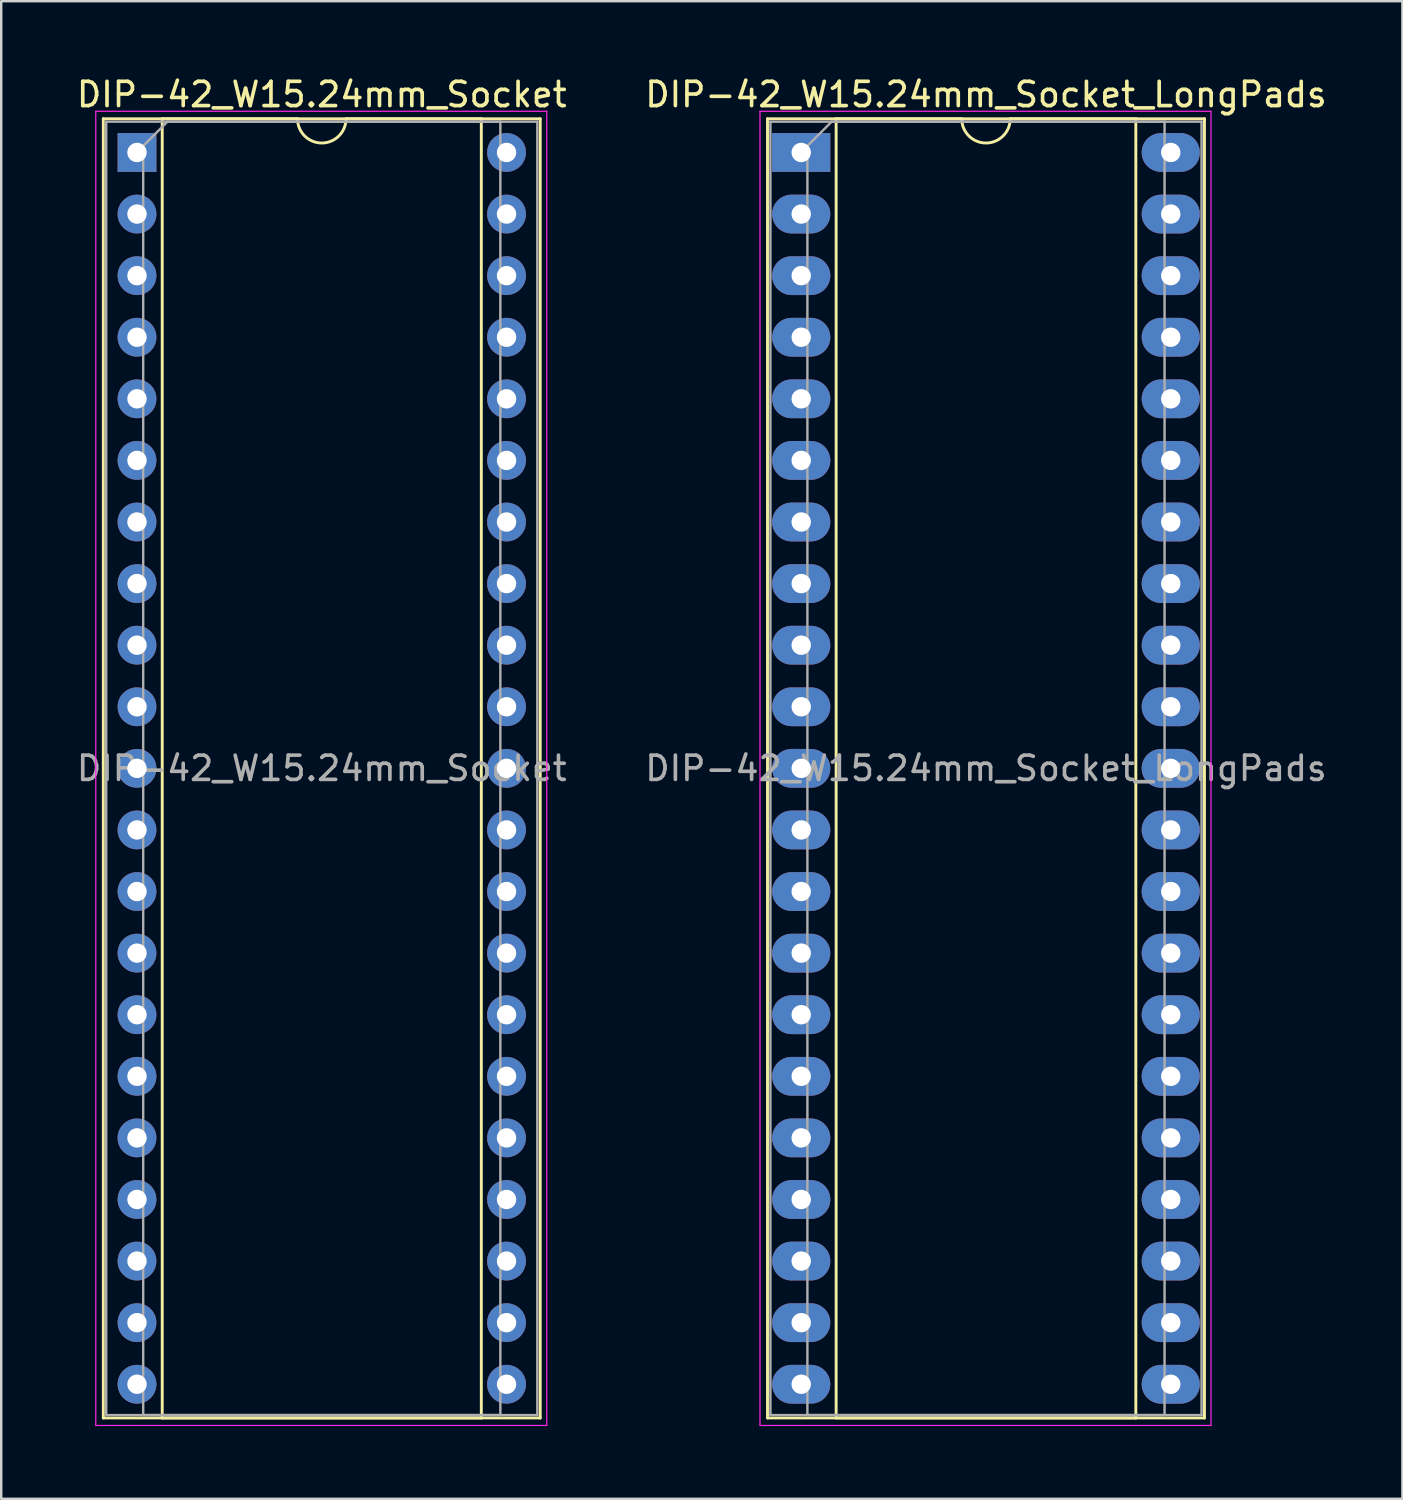
<source format=kicad_pcb>
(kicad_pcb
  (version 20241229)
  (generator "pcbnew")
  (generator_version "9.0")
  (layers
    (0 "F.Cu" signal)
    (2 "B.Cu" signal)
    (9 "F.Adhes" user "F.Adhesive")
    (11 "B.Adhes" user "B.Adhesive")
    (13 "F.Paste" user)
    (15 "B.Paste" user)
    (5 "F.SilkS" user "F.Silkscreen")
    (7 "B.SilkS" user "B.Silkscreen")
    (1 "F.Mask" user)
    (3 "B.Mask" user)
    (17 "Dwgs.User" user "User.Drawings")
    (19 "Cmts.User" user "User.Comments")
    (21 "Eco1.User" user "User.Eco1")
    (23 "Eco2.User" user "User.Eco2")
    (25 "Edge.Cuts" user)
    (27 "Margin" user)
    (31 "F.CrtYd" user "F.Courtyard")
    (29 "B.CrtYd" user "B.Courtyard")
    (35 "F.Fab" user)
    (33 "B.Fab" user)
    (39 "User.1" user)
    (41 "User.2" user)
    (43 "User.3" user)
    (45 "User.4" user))
  (footprint "DIP-42_W15.24mm_Socket_LongPads"
    (layer "F.Cu")
    (at 29.993 3.238)
    (property "Reference" "DIP-42_W15.24mm_Socket_LongPads" (at 7.62 -2.39 0) (layer "F.SilkS") (effects (font (size 1 1) (thickness 0.15))))
    (attr through_hole)
    (fp_line (start -1.39 -1.39) (end -1.39 52.19) (stroke (width 0.12) (type solid)) (layer "F.SilkS"))
    (fp_line (start -1.39 52.19) (end 16.63 52.19) (stroke (width 0.12) (type solid)) (layer "F.SilkS"))
    (fp_line (start 1.44 -1.39) (end 1.44 52.19) (stroke (width 0.12) (type solid)) (layer "F.SilkS"))
    (fp_line (start 1.44 52.19) (end 13.8 52.19) (stroke (width 0.12) (type solid)) (layer "F.SilkS"))
    (fp_line (start 6.62 -1.39) (end 1.44 -1.39) (stroke (width 0.12) (type solid)) (layer "F.SilkS"))
    (fp_line (start 13.8 -1.39) (end 8.62 -1.39) (stroke (width 0.12) (type solid)) (layer "F.SilkS"))
    (fp_line (start 13.8 52.19) (end 13.8 -1.39) (stroke (width 0.12) (type solid)) (layer "F.SilkS"))
    (fp_line (start 16.63 -1.39) (end -1.39 -1.39) (stroke (width 0.12) (type solid)) (layer "F.SilkS"))
    (fp_line (start 16.63 52.19) (end 16.63 -1.39) (stroke (width 0.12) (type solid)) (layer "F.SilkS"))
    (fp_arc (start 8.62 -1.39) (mid 7.62 -0.39) (end 6.62 -1.39) (stroke (width 0.12) (type solid)) (layer "F.SilkS"))
    (fp_line (start -1.7 -1.7) (end -1.7 52.5) (stroke (width 0.05) (type solid)) (layer "F.CrtYd"))
    (fp_line (start -1.7 52.5) (end 16.9 52.5) (stroke (width 0.05) (type solid)) (layer "F.CrtYd"))
    (fp_line (start 16.9 -1.7) (end -1.7 -1.7) (stroke (width 0.05) (type solid)) (layer "F.CrtYd"))
    (fp_line (start 16.9 52.5) (end 16.9 -1.7) (stroke (width 0.05) (type solid)) (layer "F.CrtYd"))
    (fp_line (start -1.27 -1.27) (end -1.27 52.07) (stroke (width 0.1) (type solid)) (layer "F.Fab"))
    (fp_line (start -1.27 52.07) (end 16.51 52.07) (stroke (width 0.1) (type solid)) (layer "F.Fab"))
    (fp_line (start 0.255 -0.27) (end 1.255 -1.27) (stroke (width 0.1) (type solid)) (layer "F.Fab"))
    (fp_line (start 0.255 52.07) (end 0.255 -0.27) (stroke (width 0.1) (type solid)) (layer "F.Fab"))
    (fp_line (start 1.255 -1.27) (end 14.985 -1.27) (stroke (width 0.1) (type solid)) (layer "F.Fab"))
    (fp_line (start 14.985 -1.27) (end 14.985 52.07) (stroke (width 0.1) (type solid)) (layer "F.Fab"))
    (fp_line (start 14.985 52.07) (end 0.255 52.07) (stroke (width 0.1) (type solid)) (layer "F.Fab"))
    (fp_line (start 16.51 -1.27) (end -1.27 -1.27) (stroke (width 0.1) (type solid)) (layer "F.Fab"))
    (fp_line (start 16.51 52.07) (end 16.51 -1.27) (stroke (width 0.1) (type solid)) (layer "F.Fab"))
    (fp_text user "${REFERENCE}" (at 7.62 25.4 0) (layer "F.Fab") (effects (font (size 1 1) (thickness 0.15))))
    (pad "1" thru_hole rect (at 0 0) (size 2.4 1.6) (drill 0.8) (layers "*.Cu" "*.Mask"))
    (pad "2" thru_hole oval (at 0 2.54) (size 2.4 1.6) (drill 0.8) (layers "*.Cu" "*.Mask"))
    (pad "3" thru_hole oval (at 0 5.08) (size 2.4 1.6) (drill 0.8) (layers "*.Cu" "*.Mask"))
    (pad "4" thru_hole oval (at 0 7.62) (size 2.4 1.6) (drill 0.8) (layers "*.Cu" "*.Mask"))
    (pad "5" thru_hole oval (at 0 10.16) (size 2.4 1.6) (drill 0.8) (layers "*.Cu" "*.Mask"))
    (pad "6" thru_hole oval (at 0 12.7) (size 2.4 1.6) (drill 0.8) (layers "*.Cu" "*.Mask"))
    (pad "7" thru_hole oval (at 0 15.24) (size 2.4 1.6) (drill 0.8) (layers "*.Cu" "*.Mask"))
    (pad "8" thru_hole oval (at 0 17.78) (size 2.4 1.6) (drill 0.8) (layers "*.Cu" "*.Mask"))
    (pad "9" thru_hole oval (at 0 20.32) (size 2.4 1.6) (drill 0.8) (layers "*.Cu" "*.Mask"))
    (pad "10" thru_hole oval (at 0 22.86) (size 2.4 1.6) (drill 0.8) (layers "*.Cu" "*.Mask"))
    (pad "11" thru_hole oval (at 0 25.4) (size 2.4 1.6) (drill 0.8) (layers "*.Cu" "*.Mask"))
    (pad "12" thru_hole oval (at 0 27.94) (size 2.4 1.6) (drill 0.8) (layers "*.Cu" "*.Mask"))
    (pad "13" thru_hole oval (at 0 30.48) (size 2.4 1.6) (drill 0.8) (layers "*.Cu" "*.Mask"))
    (pad "14" thru_hole oval (at 0 33.02) (size 2.4 1.6) (drill 0.8) (layers "*.Cu" "*.Mask"))
    (pad "15" thru_hole oval (at 0 35.56) (size 2.4 1.6) (drill 0.8) (layers "*.Cu" "*.Mask"))
    (pad "16" thru_hole oval (at 0 38.1) (size 2.4 1.6) (drill 0.8) (layers "*.Cu" "*.Mask"))
    (pad "17" thru_hole oval (at 0 40.64) (size 2.4 1.6) (drill 0.8) (layers "*.Cu" "*.Mask"))
    (pad "18" thru_hole oval (at 0 43.18) (size 2.4 1.6) (drill 0.8) (layers "*.Cu" "*.Mask"))
    (pad "19" thru_hole oval (at 0 45.72) (size 2.4 1.6) (drill 0.8) (layers "*.Cu" "*.Mask"))
    (pad "20" thru_hole oval (at 0 48.26) (size 2.4 1.6) (drill 0.8) (layers "*.Cu" "*.Mask"))
    (pad "21" thru_hole oval (at 0 50.8) (size 2.4 1.6) (drill 0.8) (layers "*.Cu" "*.Mask"))
    (pad "22" thru_hole oval (at 15.24 50.8) (size 2.4 1.6) (drill 0.8) (layers "*.Cu" "*.Mask"))
    (pad "23" thru_hole oval (at 15.24 48.26) (size 2.4 1.6) (drill 0.8) (layers "*.Cu" "*.Mask"))
    (pad "24" thru_hole oval (at 15.24 45.72) (size 2.4 1.6) (drill 0.8) (layers "*.Cu" "*.Mask"))
    (pad "25" thru_hole oval (at 15.24 43.18) (size 2.4 1.6) (drill 0.8) (layers "*.Cu" "*.Mask"))
    (pad "26" thru_hole oval (at 15.24 40.64) (size 2.4 1.6) (drill 0.8) (layers "*.Cu" "*.Mask"))
    (pad "27" thru_hole oval (at 15.24 38.1) (size 2.4 1.6) (drill 0.8) (layers "*.Cu" "*.Mask"))
    (pad "28" thru_hole oval (at 15.24 35.56) (size 2.4 1.6) (drill 0.8) (layers "*.Cu" "*.Mask"))
    (pad "29" thru_hole oval (at 15.24 33.02) (size 2.4 1.6) (drill 0.8) (layers "*.Cu" "*.Mask"))
    (pad "30" thru_hole oval (at 15.24 30.48) (size 2.4 1.6) (drill 0.8) (layers "*.Cu" "*.Mask"))
    (pad "31" thru_hole oval (at 15.24 27.94) (size 2.4 1.6) (drill 0.8) (layers "*.Cu" "*.Mask"))
    (pad "32" thru_hole oval (at 15.24 25.4) (size 2.4 1.6) (drill 0.8) (layers "*.Cu" "*.Mask"))
    (pad "33" thru_hole oval (at 15.24 22.86) (size 2.4 1.6) (drill 0.8) (layers "*.Cu" "*.Mask"))
    (pad "34" thru_hole oval (at 15.24 20.32) (size 2.4 1.6) (drill 0.8) (layers "*.Cu" "*.Mask"))
    (pad "35" thru_hole oval (at 15.24 17.78) (size 2.4 1.6) (drill 0.8) (layers "*.Cu" "*.Mask"))
    (pad "36" thru_hole oval (at 15.24 15.24) (size 2.4 1.6) (drill 0.8) (layers "*.Cu" "*.Mask"))
    (pad "37" thru_hole oval (at 15.24 12.7) (size 2.4 1.6) (drill 0.8) (layers "*.Cu" "*.Mask"))
    (pad "38" thru_hole oval (at 15.24 10.16) (size 2.4 1.6) (drill 0.8) (layers "*.Cu" "*.Mask"))
    (pad "39" thru_hole oval (at 15.24 7.62) (size 2.4 1.6) (drill 0.8) (layers "*.Cu" "*.Mask"))
    (pad "40" thru_hole oval (at 15.24 5.08) (size 2.4 1.6) (drill 0.8) (layers "*.Cu" "*.Mask"))
    (pad "41" thru_hole oval (at 15.24 2.54) (size 2.4 1.6) (drill 0.8) (layers "*.Cu" "*.Mask"))
    (pad "42" thru_hole oval (at 15.24 0) (size 2.4 1.6) (drill 0.8) (layers "*.Cu" "*.Mask")))
  (footprint "DIP-42_W15.24mm_Socket"
    (layer "F.Cu")
    (at 2.6 3.238)
    (property "Reference" "DIP-42_W15.24mm_Socket" (at 7.62 -2.39 0) (layer "F.SilkS") (effects (font (size 1 1) (thickness 0.15))))
    (attr through_hole)
    (fp_line (start -1.39 -1.39) (end -1.39 52.19) (stroke (width 0.12) (type solid)) (layer "F.SilkS"))
    (fp_line (start -1.39 52.19) (end 16.63 52.19) (stroke (width 0.12) (type solid)) (layer "F.SilkS"))
    (fp_line (start 1.04 -1.39) (end 1.04 52.19) (stroke (width 0.12) (type solid)) (layer "F.SilkS"))
    (fp_line (start 1.04 52.19) (end 14.2 52.19) (stroke (width 0.12) (type solid)) (layer "F.SilkS"))
    (fp_line (start 6.62 -1.39) (end 1.04 -1.39) (stroke (width 0.12) (type solid)) (layer "F.SilkS"))
    (fp_line (start 14.2 -1.39) (end 8.62 -1.39) (stroke (width 0.12) (type solid)) (layer "F.SilkS"))
    (fp_line (start 14.2 52.19) (end 14.2 -1.39) (stroke (width 0.12) (type solid)) (layer "F.SilkS"))
    (fp_line (start 16.63 -1.39) (end -1.39 -1.39) (stroke (width 0.12) (type solid)) (layer "F.SilkS"))
    (fp_line (start 16.63 52.19) (end 16.63 -1.39) (stroke (width 0.12) (type solid)) (layer "F.SilkS"))
    (fp_arc (start 8.62 -1.39) (mid 7.62 -0.39) (end 6.62 -1.39) (stroke (width 0.12) (type solid)) (layer "F.SilkS"))
    (fp_line (start -1.7 -1.7) (end -1.7 52.5) (stroke (width 0.05) (type solid)) (layer "F.CrtYd"))
    (fp_line (start -1.7 52.5) (end 16.9 52.5) (stroke (width 0.05) (type solid)) (layer "F.CrtYd"))
    (fp_line (start 16.9 -1.7) (end -1.7 -1.7) (stroke (width 0.05) (type solid)) (layer "F.CrtYd"))
    (fp_line (start 16.9 52.5) (end 16.9 -1.7) (stroke (width 0.05) (type solid)) (layer "F.CrtYd"))
    (fp_line (start -1.27 -1.27) (end -1.27 52.07) (stroke (width 0.1) (type solid)) (layer "F.Fab"))
    (fp_line (start -1.27 52.07) (end 16.51 52.07) (stroke (width 0.1) (type solid)) (layer "F.Fab"))
    (fp_line (start 0.255 -0.27) (end 1.255 -1.27) (stroke (width 0.1) (type solid)) (layer "F.Fab"))
    (fp_line (start 0.255 52.07) (end 0.255 -0.27) (stroke (width 0.1) (type solid)) (layer "F.Fab"))
    (fp_line (start 1.255 -1.27) (end 14.985 -1.27) (stroke (width 0.1) (type solid)) (layer "F.Fab"))
    (fp_line (start 14.985 -1.27) (end 14.985 52.07) (stroke (width 0.1) (type solid)) (layer "F.Fab"))
    (fp_line (start 14.985 52.07) (end 0.255 52.07) (stroke (width 0.1) (type solid)) (layer "F.Fab"))
    (fp_line (start 16.51 -1.27) (end -1.27 -1.27) (stroke (width 0.1) (type solid)) (layer "F.Fab"))
    (fp_line (start 16.51 52.07) (end 16.51 -1.27) (stroke (width 0.1) (type solid)) (layer "F.Fab"))
    (fp_text user "${REFERENCE}" (at 7.62 25.4 0) (layer "F.Fab") (effects (font (size 1 1) (thickness 0.15))))
    (pad "1" thru_hole rect (at 0 0) (size 1.6 1.6) (drill 0.8) (layers "*.Cu" "*.Mask"))
    (pad "2" thru_hole oval (at 0 2.54) (size 1.6 1.6) (drill 0.8) (layers "*.Cu" "*.Mask"))
    (pad "3" thru_hole oval (at 0 5.08) (size 1.6 1.6) (drill 0.8) (layers "*.Cu" "*.Mask"))
    (pad "4" thru_hole oval (at 0 7.62) (size 1.6 1.6) (drill 0.8) (layers "*.Cu" "*.Mask"))
    (pad "5" thru_hole oval (at 0 10.16) (size 1.6 1.6) (drill 0.8) (layers "*.Cu" "*.Mask"))
    (pad "6" thru_hole oval (at 0 12.7) (size 1.6 1.6) (drill 0.8) (layers "*.Cu" "*.Mask"))
    (pad "7" thru_hole oval (at 0 15.24) (size 1.6 1.6) (drill 0.8) (layers "*.Cu" "*.Mask"))
    (pad "8" thru_hole oval (at 0 17.78) (size 1.6 1.6) (drill 0.8) (layers "*.Cu" "*.Mask"))
    (pad "9" thru_hole oval (at 0 20.32) (size 1.6 1.6) (drill 0.8) (layers "*.Cu" "*.Mask"))
    (pad "10" thru_hole oval (at 0 22.86) (size 1.6 1.6) (drill 0.8) (layers "*.Cu" "*.Mask"))
    (pad "11" thru_hole oval (at 0 25.4) (size 1.6 1.6) (drill 0.8) (layers "*.Cu" "*.Mask"))
    (pad "12" thru_hole oval (at 0 27.94) (size 1.6 1.6) (drill 0.8) (layers "*.Cu" "*.Mask"))
    (pad "13" thru_hole oval (at 0 30.48) (size 1.6 1.6) (drill 0.8) (layers "*.Cu" "*.Mask"))
    (pad "14" thru_hole oval (at 0 33.02) (size 1.6 1.6) (drill 0.8) (layers "*.Cu" "*.Mask"))
    (pad "15" thru_hole oval (at 0 35.56) (size 1.6 1.6) (drill 0.8) (layers "*.Cu" "*.Mask"))
    (pad "16" thru_hole oval (at 0 38.1) (size 1.6 1.6) (drill 0.8) (layers "*.Cu" "*.Mask"))
    (pad "17" thru_hole oval (at 0 40.64) (size 1.6 1.6) (drill 0.8) (layers "*.Cu" "*.Mask"))
    (pad "18" thru_hole oval (at 0 43.18) (size 1.6 1.6) (drill 0.8) (layers "*.Cu" "*.Mask"))
    (pad "19" thru_hole oval (at 0 45.72) (size 1.6 1.6) (drill 0.8) (layers "*.Cu" "*.Mask"))
    (pad "20" thru_hole oval (at 0 48.26) (size 1.6 1.6) (drill 0.8) (layers "*.Cu" "*.Mask"))
    (pad "21" thru_hole oval (at 0 50.8) (size 1.6 1.6) (drill 0.8) (layers "*.Cu" "*.Mask"))
    (pad "22" thru_hole oval (at 15.24 50.8) (size 1.6 1.6) (drill 0.8) (layers "*.Cu" "*.Mask"))
    (pad "23" thru_hole oval (at 15.24 48.26) (size 1.6 1.6) (drill 0.8) (layers "*.Cu" "*.Mask"))
    (pad "24" thru_hole oval (at 15.24 45.72) (size 1.6 1.6) (drill 0.8) (layers "*.Cu" "*.Mask"))
    (pad "25" thru_hole oval (at 15.24 43.18) (size 1.6 1.6) (drill 0.8) (layers "*.Cu" "*.Mask"))
    (pad "26" thru_hole oval (at 15.24 40.64) (size 1.6 1.6) (drill 0.8) (layers "*.Cu" "*.Mask"))
    (pad "27" thru_hole oval (at 15.24 38.1) (size 1.6 1.6) (drill 0.8) (layers "*.Cu" "*.Mask"))
    (pad "28" thru_hole oval (at 15.24 35.56) (size 1.6 1.6) (drill 0.8) (layers "*.Cu" "*.Mask"))
    (pad "29" thru_hole oval (at 15.24 33.02) (size 1.6 1.6) (drill 0.8) (layers "*.Cu" "*.Mask"))
    (pad "30" thru_hole oval (at 15.24 30.48) (size 1.6 1.6) (drill 0.8) (layers "*.Cu" "*.Mask"))
    (pad "31" thru_hole oval (at 15.24 27.94) (size 1.6 1.6) (drill 0.8) (layers "*.Cu" "*.Mask"))
    (pad "32" thru_hole oval (at 15.24 25.4) (size 1.6 1.6) (drill 0.8) (layers "*.Cu" "*.Mask"))
    (pad "33" thru_hole oval (at 15.24 22.86) (size 1.6 1.6) (drill 0.8) (layers "*.Cu" "*.Mask"))
    (pad "34" thru_hole oval (at 15.24 20.32) (size 1.6 1.6) (drill 0.8) (layers "*.Cu" "*.Mask"))
    (pad "35" thru_hole oval (at 15.24 17.78) (size 1.6 1.6) (drill 0.8) (layers "*.Cu" "*.Mask"))
    (pad "36" thru_hole oval (at 15.24 15.24) (size 1.6 1.6) (drill 0.8) (layers "*.Cu" "*.Mask"))
    (pad "37" thru_hole oval (at 15.24 12.7) (size 1.6 1.6) (drill 0.8) (layers "*.Cu" "*.Mask"))
    (pad "38" thru_hole oval (at 15.24 10.16) (size 1.6 1.6) (drill 0.8) (layers "*.Cu" "*.Mask"))
    (pad "39" thru_hole oval (at 15.24 7.62) (size 1.6 1.6) (drill 0.8) (layers "*.Cu" "*.Mask"))
    (pad "40" thru_hole oval (at 15.24 5.08) (size 1.6 1.6) (drill 0.8) (layers "*.Cu" "*.Mask"))
    (pad "41" thru_hole oval (at 15.24 2.54) (size 1.6 1.6) (drill 0.8) (layers "*.Cu" "*.Mask"))
    (pad "42" thru_hole oval (at 15.24 0) (size 1.6 1.6) (drill 0.8) (layers "*.Cu" "*.Mask")))
  (gr_rect
    (start -3 -3)
    (end 54.786 58.763)
    (stroke (width 0.1) (type default))
    (fill no)
    (layer "Edge.Cuts")))
</source>
